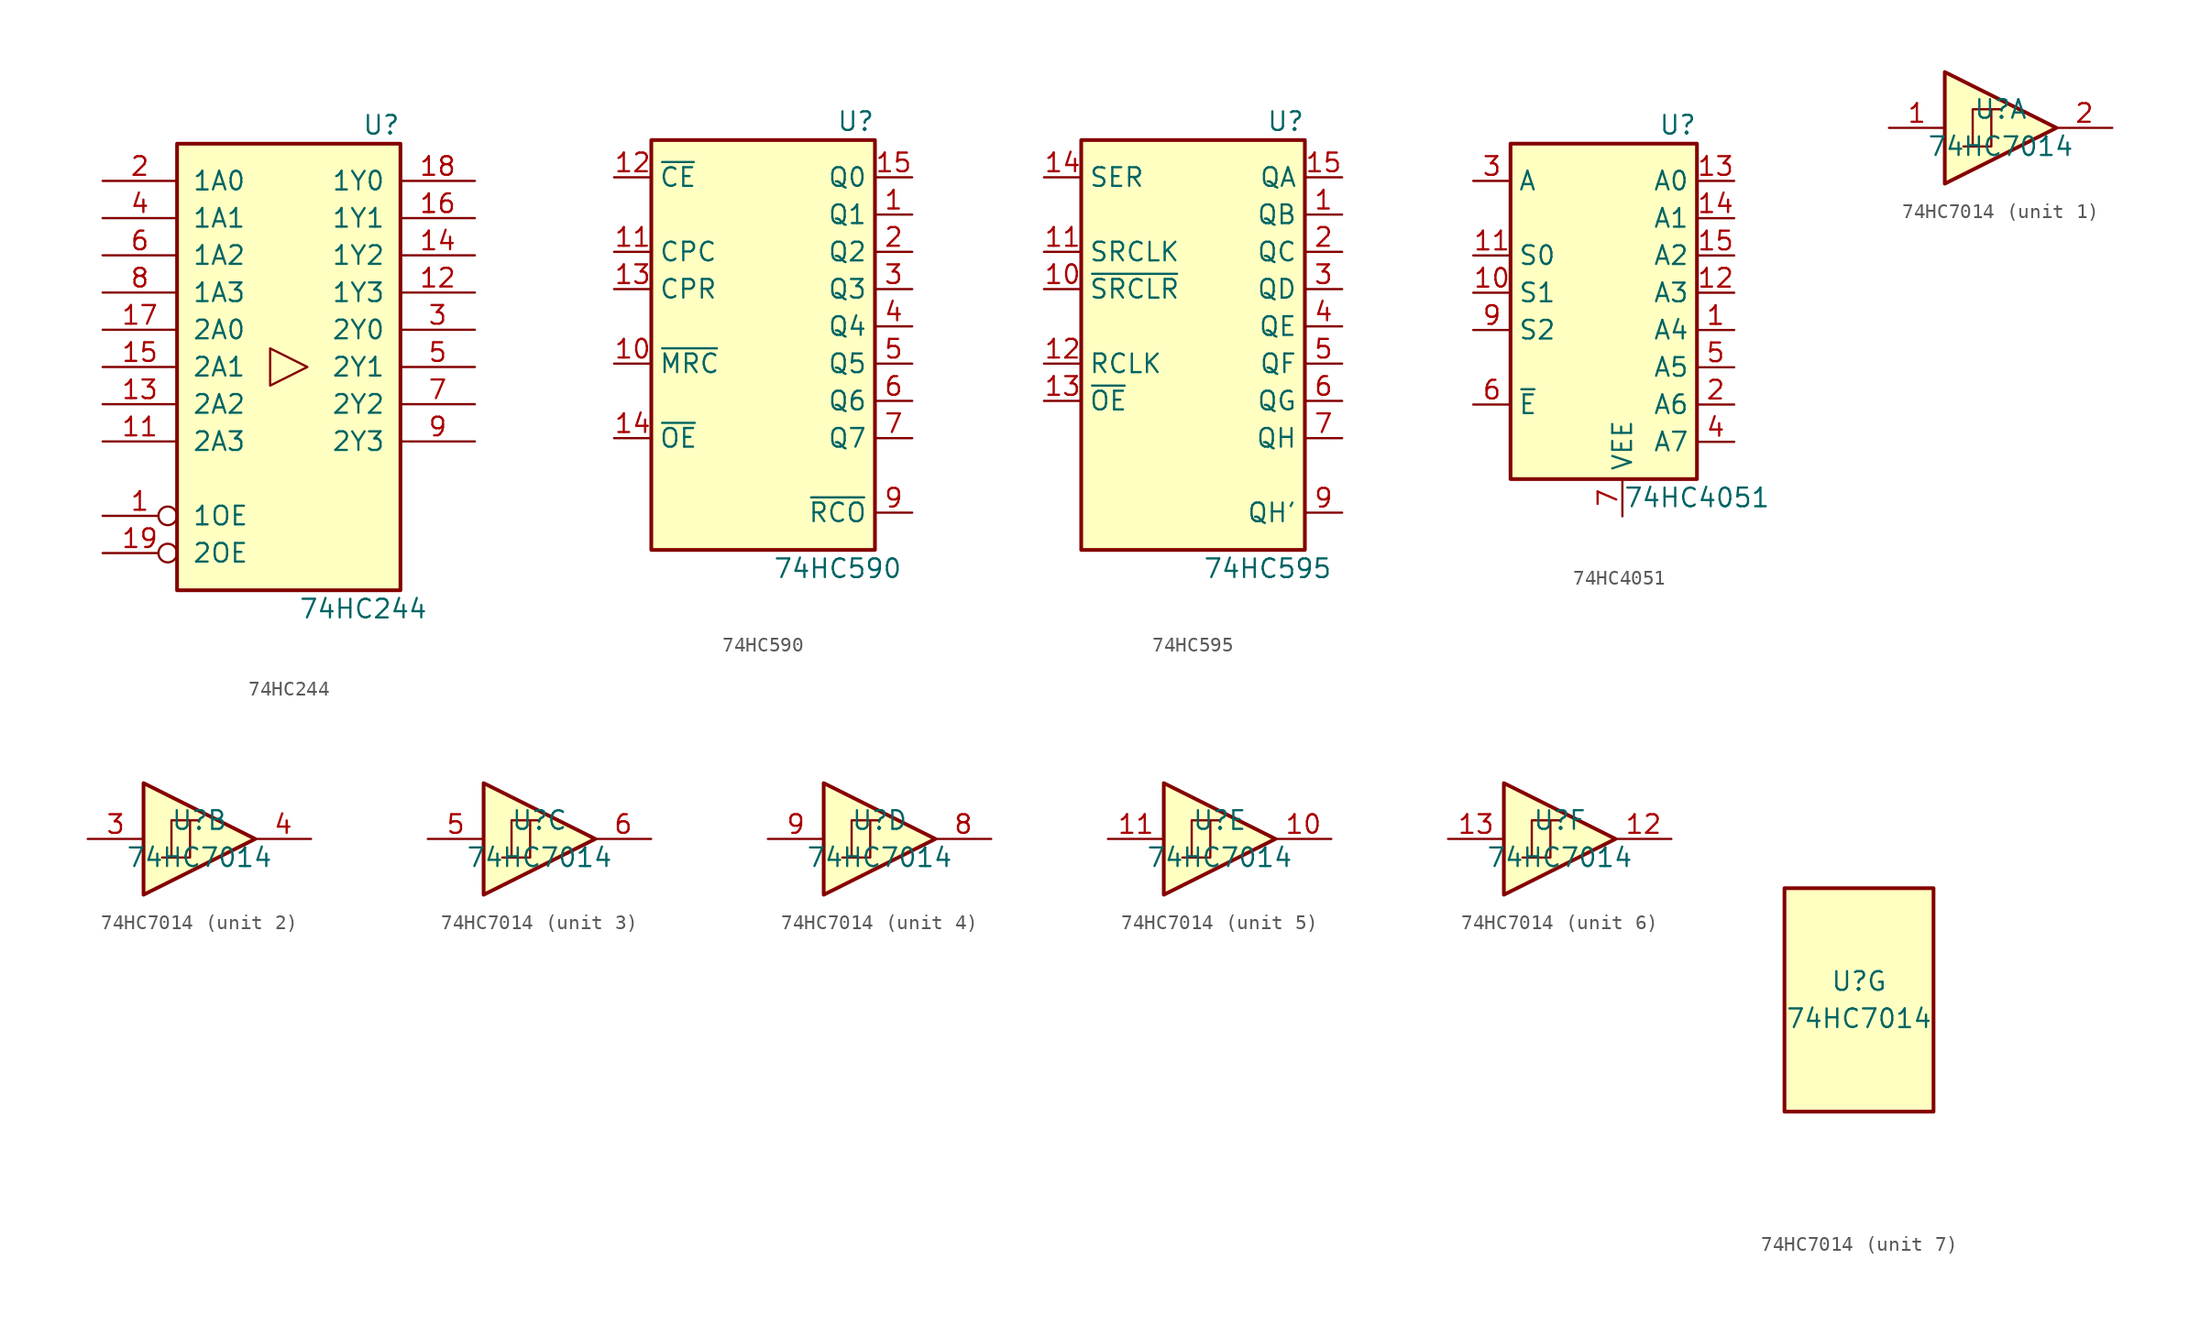
<source format=kicad_sym>
(kicad_symbol_lib
  (version 20231120)
  (generator "kicad_symbol_editor")
  (generator_version "8.0")
  (symbol "74HC244"
    (pin_names
      (offset 1.016))
    (property "Reference" "U"
      (at 7.62 16.51 0)
      (effects (font (size 1.27 1.27)) (justify right)))
    (property "Value" "74HC244"
      (at 5.08 -16.51 0)
      (effects (font (size 1.27 1.27))))
    (property "ki_locked" ""
      (at 0 0 0)
      (effects (font (size 1.27 1.27))))
    (symbol "74HC244_1_0"
      (polyline (pts (xy 1.27 0) (xy -1.27 1.27) (xy -1.27 -1.27) (xy 1.27 0)) (stroke (width 0.152) (type default)) (fill (type none)))
      (pin input inverted (at -12.7 -10.16 0) (length 5.08) (name "1OE" (effects (font (size 1.27 1.27)))) (number "1" (effects (font (size 1.27 1.27)))))
      (pin power_in line (at 0 -15.24 90) (length 5.08) hide (name "GND" (effects (font (size 1.27 1.27)))) (number "10" (effects (font (size 1.27 1.27)))))
      (pin input line (at -12.7 -5.08 0) (length 5.08) (name "2A3" (effects (font (size 1.27 1.27)))) (number "11" (effects (font (size 1.27 1.27)))))
      (pin output line (at 12.7 5.08 180) (length 5.08) (name "1Y3" (effects (font (size 1.27 1.27)))) (number "12" (effects (font (size 1.27 1.27)))))
      (pin input line (at -12.7 -2.54 0) (length 5.08) (name "2A2" (effects (font (size 1.27 1.27)))) (number "13" (effects (font (size 1.27 1.27)))))
      (pin output line (at 12.7 7.62 180) (length 5.08) (name "1Y2" (effects (font (size 1.27 1.27)))) (number "14" (effects (font (size 1.27 1.27)))))
      (pin input line (at -12.7 0 0) (length 5.08) (name "2A1" (effects (font (size 1.27 1.27)))) (number "15" (effects (font (size 1.27 1.27)))))
      (pin output line (at 12.7 10.16 180) (length 5.08) (name "1Y1" (effects (font (size 1.27 1.27)))) (number "16" (effects (font (size 1.27 1.27)))))
      (pin input line (at -12.7 2.54 0) (length 5.08) (name "2A0" (effects (font (size 1.27 1.27)))) (number "17" (effects (font (size 1.27 1.27)))))
      (pin output line (at 12.7 12.7 180) (length 5.08) (name "1Y0" (effects (font (size 1.27 1.27)))) (number "18" (effects (font (size 1.27 1.27)))))
      (pin input inverted (at -12.7 -12.7 0) (length 5.08) (name "2OE" (effects (font (size 1.27 1.27)))) (number "19" (effects (font (size 1.27 1.27)))))
      (pin input line (at -12.7 12.7 0) (length 5.08) (name "1A0" (effects (font (size 1.27 1.27)))) (number "2" (effects (font (size 1.27 1.27)))))
      (pin power_in line (at 0 15.24 270) (length 5.08) hide (name "VCC" (effects (font (size 1.27 1.27)))) (number "20" (effects (font (size 1.27 1.27)))))
      (pin output line (at 12.7 2.54 180) (length 5.08) (name "2Y0" (effects (font (size 1.27 1.27)))) (number "3" (effects (font (size 1.27 1.27)))))
      (pin input line (at -12.7 10.16 0) (length 5.08) (name "1A1" (effects (font (size 1.27 1.27)))) (number "4" (effects (font (size 1.27 1.27)))))
      (pin output line (at 12.7 0 180) (length 5.08) (name "2Y1" (effects (font (size 1.27 1.27)))) (number "5" (effects (font (size 1.27 1.27)))))
      (pin input line (at -12.7 7.62 0) (length 5.08) (name "1A2" (effects (font (size 1.27 1.27)))) (number "6" (effects (font (size 1.27 1.27)))))
      (pin output line (at 12.7 -2.54 180) (length 5.08) (name "2Y2" (effects (font (size 1.27 1.27)))) (number "7" (effects (font (size 1.27 1.27)))))
      (pin input line (at -12.7 5.08 0) (length 5.08) (name "1A3" (effects (font (size 1.27 1.27)))) (number "8" (effects (font (size 1.27 1.27)))))
      (pin output line (at 12.7 -5.08 180) (length 5.08) (name "2Y3" (effects (font (size 1.27 1.27)))) (number "9" (effects (font (size 1.27 1.27))))))
    (symbol "74HC244_1_1"
      (rectangle (start -7.62 15.24) (end 7.62 -15.24) (stroke (width 0.254) (type default)) (fill (type background)))))
  (symbol "74HC590"
    (property "Reference" "U"
      (at 7.62 16.51 0)
      (effects (font (size 1.27 1.27)) (justify right)))
    (property "Value" "74HC590"
      (at 5.08 -13.97 0)
      (effects (font (size 1.27 1.27))))
    (symbol "74HC590_1_0"
      (pin tri_state line (at 10.16 10.16 180) (length 2.54) (name "Q1" (effects (font (size 1.27 1.27)))) (number "1" (effects (font (size 1.27 1.27)))))
      (pin input line (at -10.16 0 0) (length 2.54) (name "~{MRC}" (effects (font (size 1.27 1.27)))) (number "10" (effects (font (size 1.27 1.27)))))
      (pin input line (at -10.16 7.62 0) (length 2.54) (name "CPC" (effects (font (size 1.27 1.27)))) (number "11" (effects (font (size 1.27 1.27)))))
      (pin input line (at -10.16 12.7 0) (length 2.54) (name "~{CE}" (effects (font (size 1.27 1.27)))) (number "12" (effects (font (size 1.27 1.27)))))
      (pin input line (at -10.16 5.08 0) (length 2.54) (name "CPR" (effects (font (size 1.27 1.27)))) (number "13" (effects (font (size 1.27 1.27)))))
      (pin input line (at -10.16 -5.08 0) (length 2.54) (name "~{OE}" (effects (font (size 1.27 1.27)))) (number "14" (effects (font (size 1.27 1.27)))))
      (pin tri_state line (at 10.16 12.7 180) (length 2.54) (name "Q0" (effects (font (size 1.27 1.27)))) (number "15" (effects (font (size 1.27 1.27)))))
      (pin power_in line (at 0 15.24 270) (length 2.54) hide (name "VCC" (effects (font (size 1.27 1.27)))) (number "16" (effects (font (size 1.27 1.27)))))
      (pin tri_state line (at 10.16 7.62 180) (length 2.54) (name "Q2" (effects (font (size 1.27 1.27)))) (number "2" (effects (font (size 1.27 1.27)))))
      (pin tri_state line (at 10.16 5.08 180) (length 2.54) (name "Q3" (effects (font (size 1.27 1.27)))) (number "3" (effects (font (size 1.27 1.27)))))
      (pin tri_state line (at 10.16 2.54 180) (length 2.54) (name "Q4" (effects (font (size 1.27 1.27)))) (number "4" (effects (font (size 1.27 1.27)))))
      (pin tri_state line (at 10.16 0 180) (length 2.54) (name "Q5" (effects (font (size 1.27 1.27)))) (number "5" (effects (font (size 1.27 1.27)))))
      (pin tri_state line (at 10.16 -2.54 180) (length 2.54) (name "Q6" (effects (font (size 1.27 1.27)))) (number "6" (effects (font (size 1.27 1.27)))))
      (pin tri_state line (at 10.16 -5.08 180) (length 2.54) (name "Q7" (effects (font (size 1.27 1.27)))) (number "7" (effects (font (size 1.27 1.27)))))
      (pin power_in line (at 0 -12.7 90) (length 2.54) hide (name "GND" (effects (font (size 1.27 1.27)))) (number "8" (effects (font (size 1.27 1.27)))))
      (pin output line (at 10.16 -10.16 180) (length 2.54) (name "~{RCO}" (effects (font (size 1.27 1.27)))) (number "9" (effects (font (size 1.27 1.27))))))
    (symbol "74HC590_1_1"
      (rectangle (start -7.62 15.24) (end 7.62 -12.7) (stroke (width 0.254) (type default)) (fill (type background)))))
  (symbol "74HC595"
    (property "Reference" "U"
      (at 7.62 13.97 0)
      (effects (font (size 1.27 1.27)) (justify right)))
    (property "Value" "74HC595"
      (at 5.08 -16.51 0)
      (effects (font (size 1.27 1.27))))
    (symbol "74HC595_1_0"
      (pin tri_state line (at 10.16 7.62 180) (length 2.54) (name "QB" (effects (font (size 1.27 1.27)))) (number "1" (effects (font (size 1.27 1.27)))))
      (pin input line (at -10.16 2.54 0) (length 2.54) (name "~{SRCLR}" (effects (font (size 1.27 1.27)))) (number "10" (effects (font (size 1.27 1.27)))))
      (pin input line (at -10.16 5.08 0) (length 2.54) (name "SRCLK" (effects (font (size 1.27 1.27)))) (number "11" (effects (font (size 1.27 1.27)))))
      (pin input line (at -10.16 -2.54 0) (length 2.54) (name "RCLK" (effects (font (size 1.27 1.27)))) (number "12" (effects (font (size 1.27 1.27)))))
      (pin input line (at -10.16 -5.08 0) (length 2.54) (name "~{OE}" (effects (font (size 1.27 1.27)))) (number "13" (effects (font (size 1.27 1.27)))))
      (pin input line (at -10.16 10.16 0) (length 2.54) (name "SER" (effects (font (size 1.27 1.27)))) (number "14" (effects (font (size 1.27 1.27)))))
      (pin tri_state line (at 10.16 10.16 180) (length 2.54) (name "QA" (effects (font (size 1.27 1.27)))) (number "15" (effects (font (size 1.27 1.27)))))
      (pin power_in line (at 0 12.7 270) (length 2.54) hide (name "VCC" (effects (font (size 1.27 1.27)))) (number "16" (effects (font (size 1.27 1.27)))))
      (pin tri_state line (at 10.16 5.08 180) (length 2.54) (name "QC" (effects (font (size 1.27 1.27)))) (number "2" (effects (font (size 1.27 1.27)))))
      (pin tri_state line (at 10.16 2.54 180) (length 2.54) (name "QD" (effects (font (size 1.27 1.27)))) (number "3" (effects (font (size 1.27 1.27)))))
      (pin tri_state line (at 10.16 0 180) (length 2.54) (name "QE" (effects (font (size 1.27 1.27)))) (number "4" (effects (font (size 1.27 1.27)))))
      (pin tri_state line (at 10.16 -2.54 180) (length 2.54) (name "QF" (effects (font (size 1.27 1.27)))) (number "5" (effects (font (size 1.27 1.27)))))
      (pin tri_state line (at 10.16 -5.08 180) (length 2.54) (name "QG" (effects (font (size 1.27 1.27)))) (number "6" (effects (font (size 1.27 1.27)))))
      (pin tri_state line (at 10.16 -7.62 180) (length 2.54) (name "QH" (effects (font (size 1.27 1.27)))) (number "7" (effects (font (size 1.27 1.27)))))
      (pin power_in line (at 0 -15.24 90) (length 2.54) hide (name "GND" (effects (font (size 1.27 1.27)))) (number "8" (effects (font (size 1.27 1.27)))))
      (pin output line (at 10.16 -12.7 180) (length 2.54) (name "QH'" (effects (font (size 1.27 1.27)))) (number "9" (effects (font (size 1.27 1.27))))))
    (symbol "74HC595_1_1"
      (rectangle (start -7.62 12.7) (end 7.62 -15.24) (stroke (width 0.254) (type default)) (fill (type background)))))
  (symbol "74HC4051"
    (property "Reference" "U"
      (at 7.62 11.43 0)
      (effects (font (size 1.27 1.27)) (justify right)))
    (property "Value" "74HC4051"
      (at 7.62 -13.97 0)
      (effects (font (size 1.27 1.27))))
    (symbol "74HC4051_0_1"
      (rectangle (start -5.08 10.16) (end 7.62 -12.7) (stroke (width 0.254) (type default)) (fill (type background))))
    (symbol "74HC4051_1_1"
      (pin passive line (at 10.16 -2.54 180) (length 2.54) (name "A4" (effects (font (size 1.27 1.27)))) (number "1" (effects (font (size 1.27 1.27)))))
      (pin input line (at -7.62 0 0) (length 2.54) (name "S1" (effects (font (size 1.27 1.27)))) (number "10" (effects (font (size 1.27 1.27)))))
      (pin input line (at -7.62 2.54 0) (length 2.54) (name "S0" (effects (font (size 1.27 1.27)))) (number "11" (effects (font (size 1.27 1.27)))))
      (pin passive line (at 10.16 0 180) (length 2.54) (name "A3" (effects (font (size 1.27 1.27)))) (number "12" (effects (font (size 1.27 1.27)))))
      (pin passive line (at 10.16 7.62 180) (length 2.54) (name "A0" (effects (font (size 1.27 1.27)))) (number "13" (effects (font (size 1.27 1.27)))))
      (pin passive line (at 10.16 5.08 180) (length 2.54) (name "A1" (effects (font (size 1.27 1.27)))) (number "14" (effects (font (size 1.27 1.27)))))
      (pin passive line (at 10.16 2.54 180) (length 2.54) (name "A2" (effects (font (size 1.27 1.27)))) (number "15" (effects (font (size 1.27 1.27)))))
      (pin power_in line (at 0 12.7 270) (length 2.54) hide (name "VCC" (effects (font (size 1.27 1.27)))) (number "16" (effects (font (size 1.27 1.27)))))
      (pin passive line (at 10.16 -7.62 180) (length 2.54) (name "A6" (effects (font (size 1.27 1.27)))) (number "2" (effects (font (size 1.27 1.27)))))
      (pin passive line (at -7.62 7.62 0) (length 2.54) (name "A" (effects (font (size 1.27 1.27)))) (number "3" (effects (font (size 1.27 1.27)))))
      (pin passive line (at 10.16 -10.16 180) (length 2.54) (name "A7" (effects (font (size 1.27 1.27)))) (number "4" (effects (font (size 1.27 1.27)))))
      (pin passive line (at 10.16 -5.08 180) (length 2.54) (name "A5" (effects (font (size 1.27 1.27)))) (number "5" (effects (font (size 1.27 1.27)))))
      (pin input line (at -7.62 -7.62 0) (length 2.54) (name "~{E}" (effects (font (size 1.27 1.27)))) (number "6" (effects (font (size 1.27 1.27)))))
      (pin power_in line (at 2.54 -15.24 90) (length 2.54) (name "VEE" (effects (font (size 1.27 1.27)))) (number "7" (effects (font (size 1.27 1.27)))))
      (pin power_in line (at 0 -12.7 90) (length 2.54) hide (name "GND" (effects (font (size 1.27 1.27)))) (number "8" (effects (font (size 1.27 1.27)))))
      (pin input line (at -7.62 -2.54 0) (length 2.54) (name "S2" (effects (font (size 1.27 1.27)))) (number "9" (effects (font (size 1.27 1.27)))))))
  (symbol "74HC7014"
    (property "Reference" "U"
      (at 0 1.27 0)
      (effects (font (size 1.27 1.27))))
    (property "Value" "74HC7014"
      (at 0 -1.27 0)
      (effects (font (size 1.27 1.27))))
    (property "ki_locked" ""
      (at 0 0 0)
      (effects (font (size 1.27 1.27))))
    (symbol "74HC7014_1_1"
      (polyline (pts (xy -1.905 -1.27) (xy -1.905 1.27) (xy -0.635 1.27)) (stroke (width 0) (type default)) (fill (type none)))
      (polyline (pts (xy -3.81 3.81) (xy -3.81 -3.81) (xy 3.81 0) (xy -3.81 3.81)) (stroke (width 0.254) (type default)) (fill (type background)))
      (polyline (pts (xy -2.54 -1.27) (xy -0.635 -1.27) (xy -0.635 1.27) (xy 0 1.27)) (stroke (width 0) (type default)) (fill (type none)))
      (pin input line (at -7.62 0 0) (length 3.81) (name "~" (effects (font (size 1.27 1.27)))) (number "1" (effects (font (size 1.27 1.27)))))
      (pin output line (at 7.62 0 180) (length 3.81) (name "~" (effects (font (size 1.27 1.27)))) (number "2" (effects (font (size 1.27 1.27))))))
    (symbol "74HC7014_2_1"
      (polyline (pts (xy -1.905 -1.27) (xy -1.905 1.27) (xy -0.635 1.27)) (stroke (width 0) (type default)) (fill (type none)))
      (polyline (pts (xy -3.81 3.81) (xy -3.81 -3.81) (xy 3.81 0) (xy -3.81 3.81)) (stroke (width 0.254) (type default)) (fill (type background)))
      (polyline (pts (xy -2.54 -1.27) (xy -0.635 -1.27) (xy -0.635 1.27) (xy 0 1.27)) (stroke (width 0) (type default)) (fill (type none)))
      (pin input line (at -7.62 0 0) (length 3.81) (name "~" (effects (font (size 1.27 1.27)))) (number "3" (effects (font (size 1.27 1.27)))))
      (pin output line (at 7.62 0 180) (length 3.81) (name "~" (effects (font (size 1.27 1.27)))) (number "4" (effects (font (size 1.27 1.27))))))
    (symbol "74HC7014_3_1"
      (polyline (pts (xy -1.905 -1.27) (xy -1.905 1.27) (xy -0.635 1.27)) (stroke (width 0) (type default)) (fill (type none)))
      (polyline (pts (xy -3.81 3.81) (xy -3.81 -3.81) (xy 3.81 0) (xy -3.81 3.81)) (stroke (width 0.254) (type default)) (fill (type background)))
      (polyline (pts (xy -2.54 -1.27) (xy -0.635 -1.27) (xy -0.635 1.27) (xy 0 1.27)) (stroke (width 0) (type default)) (fill (type none)))
      (pin input line (at -7.62 0 0) (length 3.81) (name "~" (effects (font (size 1.27 1.27)))) (number "5" (effects (font (size 1.27 1.27)))))
      (pin output line (at 7.62 0 180) (length 3.81) (name "~" (effects (font (size 1.27 1.27)))) (number "6" (effects (font (size 1.27 1.27))))))
    (symbol "74HC7014_4_1"
      (polyline (pts (xy -1.905 -1.27) (xy -1.905 1.27) (xy -0.635 1.27)) (stroke (width 0) (type default)) (fill (type none)))
      (polyline (pts (xy -3.81 3.81) (xy -3.81 -3.81) (xy 3.81 0) (xy -3.81 3.81)) (stroke (width 0.254) (type default)) (fill (type background)))
      (polyline (pts (xy -2.54 -1.27) (xy -0.635 -1.27) (xy -0.635 1.27) (xy 0 1.27)) (stroke (width 0) (type default)) (fill (type none)))
      (pin output line (at 7.62 0 180) (length 3.81) (name "~" (effects (font (size 1.27 1.27)))) (number "8" (effects (font (size 1.27 1.27)))))
      (pin input line (at -7.62 0 0) (length 3.81) (name "~" (effects (font (size 1.27 1.27)))) (number "9" (effects (font (size 1.27 1.27))))))
    (symbol "74HC7014_5_1"
      (polyline (pts (xy -1.905 -1.27) (xy -1.905 1.27) (xy -0.635 1.27)) (stroke (width 0) (type default)) (fill (type none)))
      (polyline (pts (xy -3.81 3.81) (xy -3.81 -3.81) (xy 3.81 0) (xy -3.81 3.81)) (stroke (width 0.254) (type default)) (fill (type background)))
      (polyline (pts (xy -2.54 -1.27) (xy -0.635 -1.27) (xy -0.635 1.27) (xy 0 1.27)) (stroke (width 0) (type default)) (fill (type none)))
      (pin output line (at 7.62 0 180) (length 3.81) (name "~" (effects (font (size 1.27 1.27)))) (number "10" (effects (font (size 1.27 1.27)))))
      (pin input line (at -7.62 0 0) (length 3.81) (name "~" (effects (font (size 1.27 1.27)))) (number "11" (effects (font (size 1.27 1.27))))))
    (symbol "74HC7014_6_1"
      (polyline (pts (xy -1.905 -1.27) (xy -1.905 1.27) (xy -0.635 1.27)) (stroke (width 0) (type default)) (fill (type none)))
      (polyline (pts (xy -3.81 3.81) (xy -3.81 -3.81) (xy 3.81 0) (xy -3.81 3.81)) (stroke (width 0.254) (type default)) (fill (type background)))
      (polyline (pts (xy -2.54 -1.27) (xy -0.635 -1.27) (xy -0.635 1.27) (xy 0 1.27)) (stroke (width 0) (type default)) (fill (type none)))
      (pin output line (at 7.62 0 180) (length 3.81) (name "~" (effects (font (size 1.27 1.27)))) (number "12" (effects (font (size 1.27 1.27)))))
      (pin input line (at -7.62 0 0) (length 3.81) (name "~" (effects (font (size 1.27 1.27)))) (number "13" (effects (font (size 1.27 1.27))))))
    (symbol "74HC7014_7_1"
      (rectangle (start -5.08 7.62) (end 5.08 -7.62) (stroke (width 0.254) (type default)) (fill (type background)))
      (pin input line (at 0 12.7 270) (length 5.08) hide (name "VCC" (effects (font (size 1.27 1.27)))) (number "14" (effects (font (size 1.27 1.27)))))
      (pin input line (at 0 -12.7 90) (length 5.08) hide (name "GND" (effects (font (size 1.27 1.27)))) (number "7" (effects (font (size 1.27 1.27))))))))
</source>
